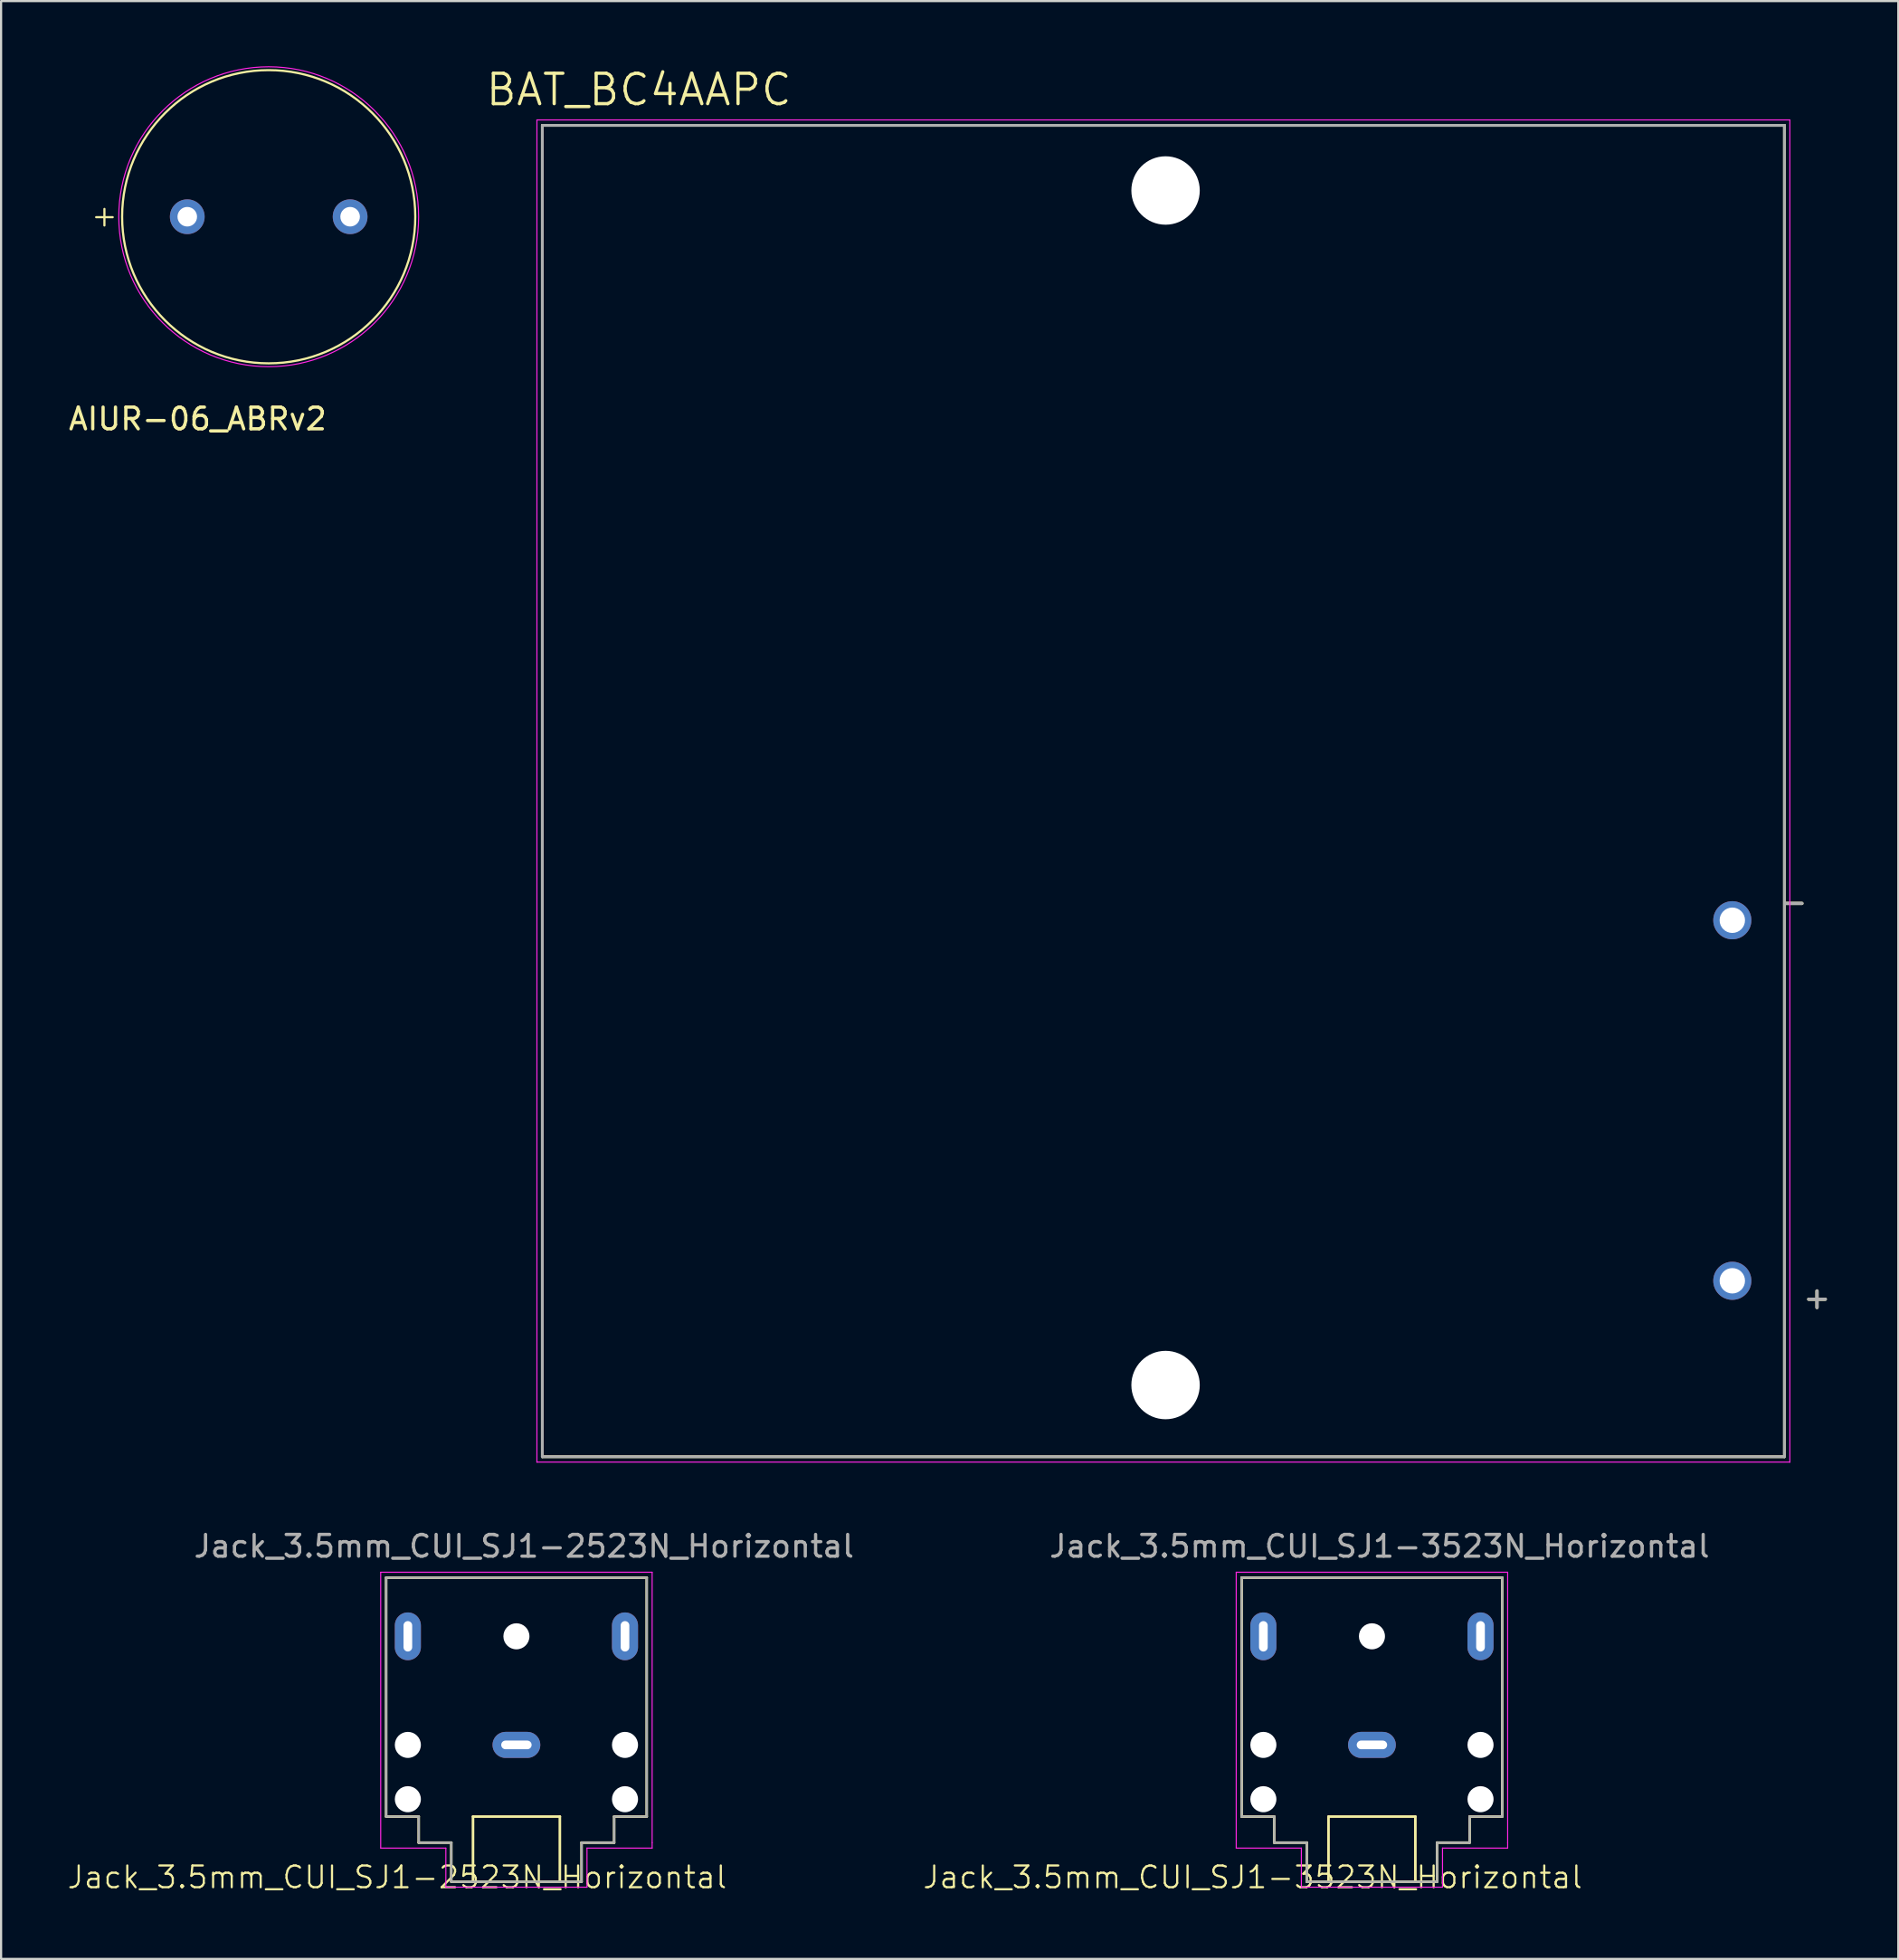
<source format=kicad_pcb>
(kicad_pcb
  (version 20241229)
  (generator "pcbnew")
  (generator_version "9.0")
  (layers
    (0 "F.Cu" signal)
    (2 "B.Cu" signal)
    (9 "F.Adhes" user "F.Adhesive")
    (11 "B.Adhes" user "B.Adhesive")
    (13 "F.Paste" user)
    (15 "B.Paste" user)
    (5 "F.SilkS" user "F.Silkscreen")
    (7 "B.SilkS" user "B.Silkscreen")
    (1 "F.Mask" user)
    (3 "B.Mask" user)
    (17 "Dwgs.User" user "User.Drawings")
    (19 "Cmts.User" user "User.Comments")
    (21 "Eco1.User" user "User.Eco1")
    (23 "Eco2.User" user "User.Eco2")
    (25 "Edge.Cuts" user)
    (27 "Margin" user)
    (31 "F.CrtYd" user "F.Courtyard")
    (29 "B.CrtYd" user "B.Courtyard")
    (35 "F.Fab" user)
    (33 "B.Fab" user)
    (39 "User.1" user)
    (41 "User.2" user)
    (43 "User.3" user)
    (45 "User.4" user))
  (footprint "Jack_3.5mm_CUI_SJ1-2523N_Horizontal"
    (layer "F.Cu")
    (at 20.828 77.288)
    (property "Reference" "Jack_3.5mm_CUI_SJ1-2523N_Horizontal" (at -5.588 6.096 0) (unlocked yes) (layer "F.SilkS") (effects (font (size 1 1) (thickness 0.1))))
    (attr smd)
    (fp_line (start -6.096 -7.698) (end 5.904 -7.698) (stroke (width 0.12) (type solid)) (layer "F.SilkS"))
    (fp_line (start -6.096 3.302) (end -6.096 -7.698) (stroke (width 0.12) (type solid)) (layer "F.SilkS"))
    (fp_line (start -4.596 3.302) (end -6.096 3.302) (stroke (width 0.12) (type solid)) (layer "F.SilkS"))
    (fp_line (start -4.596 4.502) (end -4.596 3.302) (stroke (width 0.12) (type solid)) (layer "F.SilkS"))
    (fp_line (start -3.096 4.502) (end -4.596 4.502) (stroke (width 0.12) (type solid)) (layer "F.SilkS"))
    (fp_line (start -3.096 6.302) (end -3.096 4.502) (stroke (width 0.12) (type solid)) (layer "F.SilkS"))
    (fp_line (start -2.096 3.302) (end -2.096 6.302) (stroke (width 0.12) (type solid)) (layer "F.SilkS"))
    (fp_line (start 1.904 3.302) (end -2.096 3.302) (stroke (width 0.12) (type solid)) (layer "F.SilkS"))
    (fp_line (start 1.904 6.302) (end 1.904 3.302) (stroke (width 0.12) (type solid)) (layer "F.SilkS"))
    (fp_line (start 2.904 4.502) (end 2.904 6.302) (stroke (width 0.12) (type solid)) (layer "F.SilkS"))
    (fp_line (start 2.904 6.302) (end -3.096 6.302) (stroke (width 0.12) (type solid)) (layer "F.SilkS"))
    (fp_line (start 4.404 3.302) (end 4.404 4.502) (stroke (width 0.12) (type solid)) (layer "F.SilkS"))
    (fp_line (start 4.404 4.502) (end 2.904 4.502) (stroke (width 0.12) (type solid)) (layer "F.SilkS"))
    (fp_line (start 5.904 -7.698) (end 5.904 3.302) (stroke (width 0.12) (type solid)) (layer "F.SilkS"))
    (fp_line (start 5.904 3.302) (end 4.404 3.302) (stroke (width 0.12) (type solid)) (layer "F.SilkS"))
    (fp_line (start -6.346 -7.948) (end -6.346 4.752) (stroke (width 0.05) (type solid)) (layer "F.CrtYd"))
    (fp_line (start -6.346 4.752) (end -3.346 4.752) (stroke (width 0.05) (type solid)) (layer "F.CrtYd"))
    (fp_line (start -3.346 4.752) (end -3.346 6.552) (stroke (width 0.05) (type solid)) (layer "F.CrtYd"))
    (fp_line (start -3.346 6.552) (end 3.154 6.552) (stroke (width 0.05) (type solid)) (layer "F.CrtYd"))
    (fp_line (start 3.154 4.752) (end 6.154 4.752) (stroke (width 0.05) (type solid)) (layer "F.CrtYd"))
    (fp_line (start 3.154 6.552) (end 3.154 4.752) (stroke (width 0.05) (type solid)) (layer "F.CrtYd"))
    (fp_line (start 6.154 -7.948) (end -6.346 -7.948) (stroke (width 0.05) (type solid)) (layer "F.CrtYd"))
    (fp_line (start 6.154 4.502) (end 6.154 -7.948) (stroke (width 0.05) (type solid)) (layer "F.CrtYd"))
    (fp_line (start 6.154 4.752) (end 6.154 4.502) (stroke (width 0.05) (type solid)) (layer "F.CrtYd"))
    (fp_line (start -6.096 -7.698) (end 5.904 -7.698) (stroke (width 0.1) (type solid)) (layer "F.Fab"))
    (fp_line (start -6.096 3.302) (end -6.096 -7.698) (stroke (width 0.1) (type solid)) (layer "F.Fab"))
    (fp_line (start -4.596 3.302) (end -6.096 3.302) (stroke (width 0.1) (type solid)) (layer "F.Fab"))
    (fp_line (start -4.596 4.502) (end -4.596 3.302) (stroke (width 0.1) (type solid)) (layer "F.Fab"))
    (fp_line (start -4.596 4.502) (end -3.096 4.502) (stroke (width 0.1) (type solid)) (layer "F.Fab"))
    (fp_line (start -3.096 4.502) (end -3.096 6.302) (stroke (width 0.1) (type solid)) (layer "F.Fab"))
    (fp_line (start -3.096 6.302) (end 2.904 6.302) (stroke (width 0.1) (type solid)) (layer "F.Fab"))
    (fp_line (start 2.904 4.502) (end 2.904 6.302) (stroke (width 0.1) (type solid)) (layer "F.Fab"))
    (fp_line (start 4.404 3.302) (end 5.904 3.302) (stroke (width 0.1) (type solid)) (layer "F.Fab"))
    (fp_line (start 4.404 4.502) (end 2.904 4.502) (stroke (width 0.1) (type solid)) (layer "F.Fab"))
    (fp_line (start 4.404 4.502) (end 4.404 3.302) (stroke (width 0.1) (type solid)) (layer "F.Fab"))
    (fp_line (start 5.904 3.302) (end 5.904 -7.698) (stroke (width 0.1) (type solid)) (layer "F.Fab"))
    (fp_text user "${REFERENCE}" (at 0.254 -9.144 0) (unlocked yes) (layer "F.Fab") (effects (font (size 1 1) (thickness 0.15))))
    (pad "" np_thru_hole circle (at -5.096 0.002) (size 1.2 1.2) (drill 1.2) (layers "*.Cu" "*.Mask"))
    (pad "" np_thru_hole circle (at -5.096 2.502) (size 1.2 1.2) (drill 1.2) (layers "*.Cu" "*.Mask"))
    (pad "" np_thru_hole circle (at -0.096 -4.998) (size 1.2 1.2) (drill 1.2) (layers "*.Cu" "*.Mask"))
    (pad "" np_thru_hole circle (at 4.904 0.002) (size 1.2 1.2) (drill 1.2) (layers "*.Cu" "*.Mask"))
    (pad "" np_thru_hole circle (at 4.904 2.502) (size 1.2 1.2) (drill 1.2) (layers "*.Cu" "*.Mask"))
    (pad "R" thru_hole oval (at -5.096 -4.998) (size 1.2 2.2) (drill oval 0.4 1.4) (layers "*.Cu" "*.Mask"))
    (pad "S" thru_hole oval (at -0.096 0.002) (size 2.2 1.2) (drill oval 1.4 0.4) (layers "*.Cu" "*.Mask"))
    (pad "T" thru_hole oval (at 4.904 -4.998 180) (size 1.2 2.2) (drill oval 0.4 1.4) (layers "*.Cu" "*.Mask")))
  (footprint "Jack_3.5mm_CUI_SJ1-3523N_Horizontal"
    (layer "F.Cu")
    (at 60.226 77.288)
    (property "Reference" "Jack_3.5mm_CUI_SJ1-3523N_Horizontal" (at -5.588 6.096 0) (unlocked yes) (layer "F.SilkS") (effects (font (size 1 1) (thickness 0.1))))
    (attr smd)
    (fp_line (start -6.096 -7.698) (end 5.904 -7.698) (stroke (width 0.12) (type solid)) (layer "F.SilkS"))
    (fp_line (start -6.096 3.302) (end -6.096 -7.698) (stroke (width 0.12) (type solid)) (layer "F.SilkS"))
    (fp_line (start -4.596 3.302) (end -6.096 3.302) (stroke (width 0.12) (type solid)) (layer "F.SilkS"))
    (fp_line (start -4.596 4.502) (end -4.596 3.302) (stroke (width 0.12) (type solid)) (layer "F.SilkS"))
    (fp_line (start -3.096 4.502) (end -4.596 4.502) (stroke (width 0.12) (type solid)) (layer "F.SilkS"))
    (fp_line (start -3.096 6.302) (end -3.096 4.502) (stroke (width 0.12) (type solid)) (layer "F.SilkS"))
    (fp_line (start -2.096 3.302) (end -2.096 6.302) (stroke (width 0.12) (type solid)) (layer "F.SilkS"))
    (fp_line (start 1.904 3.302) (end -2.096 3.302) (stroke (width 0.12) (type solid)) (layer "F.SilkS"))
    (fp_line (start 1.904 6.302) (end 1.904 3.302) (stroke (width 0.12) (type solid)) (layer "F.SilkS"))
    (fp_line (start 2.904 4.502) (end 2.904 6.302) (stroke (width 0.12) (type solid)) (layer "F.SilkS"))
    (fp_line (start 2.904 6.302) (end -3.096 6.302) (stroke (width 0.12) (type solid)) (layer "F.SilkS"))
    (fp_line (start 4.404 3.302) (end 4.404 4.502) (stroke (width 0.12) (type solid)) (layer "F.SilkS"))
    (fp_line (start 4.404 4.502) (end 2.904 4.502) (stroke (width 0.12) (type solid)) (layer "F.SilkS"))
    (fp_line (start 5.904 -7.698) (end 5.904 3.302) (stroke (width 0.12) (type solid)) (layer "F.SilkS"))
    (fp_line (start 5.904 3.302) (end 4.404 3.302) (stroke (width 0.12) (type solid)) (layer "F.SilkS"))
    (fp_line (start -6.346 -7.948) (end -6.346 4.752) (stroke (width 0.05) (type solid)) (layer "F.CrtYd"))
    (fp_line (start -6.346 4.752) (end -3.346 4.752) (stroke (width 0.05) (type solid)) (layer "F.CrtYd"))
    (fp_line (start -3.346 4.752) (end -3.346 6.552) (stroke (width 0.05) (type solid)) (layer "F.CrtYd"))
    (fp_line (start -3.346 6.552) (end 3.154 6.552) (stroke (width 0.05) (type solid)) (layer "F.CrtYd"))
    (fp_line (start 3.154 4.752) (end 6.154 4.752) (stroke (width 0.05) (type solid)) (layer "F.CrtYd"))
    (fp_line (start 3.154 6.552) (end 3.154 4.752) (stroke (width 0.05) (type solid)) (layer "F.CrtYd"))
    (fp_line (start 6.154 -7.948) (end -6.346 -7.948) (stroke (width 0.05) (type solid)) (layer "F.CrtYd"))
    (fp_line (start 6.154 4.502) (end 6.154 -7.948) (stroke (width 0.05) (type solid)) (layer "F.CrtYd"))
    (fp_line (start 6.154 4.752) (end 6.154 4.502) (stroke (width 0.05) (type solid)) (layer "F.CrtYd"))
    (fp_line (start -6.096 -7.698) (end 5.904 -7.698) (stroke (width 0.1) (type solid)) (layer "F.Fab"))
    (fp_line (start -6.096 3.302) (end -6.096 -7.698) (stroke (width 0.1) (type solid)) (layer "F.Fab"))
    (fp_line (start -4.596 3.302) (end -6.096 3.302) (stroke (width 0.1) (type solid)) (layer "F.Fab"))
    (fp_line (start -4.596 4.502) (end -4.596 3.302) (stroke (width 0.1) (type solid)) (layer "F.Fab"))
    (fp_line (start -4.596 4.502) (end -3.096 4.502) (stroke (width 0.1) (type solid)) (layer "F.Fab"))
    (fp_line (start -3.096 4.502) (end -3.096 6.302) (stroke (width 0.1) (type solid)) (layer "F.Fab"))
    (fp_line (start -3.096 6.302) (end 2.904 6.302) (stroke (width 0.1) (type solid)) (layer "F.Fab"))
    (fp_line (start 2.904 4.502) (end 2.904 6.302) (stroke (width 0.1) (type solid)) (layer "F.Fab"))
    (fp_line (start 4.404 3.302) (end 5.904 3.302) (stroke (width 0.1) (type solid)) (layer "F.Fab"))
    (fp_line (start 4.404 4.502) (end 2.904 4.502) (stroke (width 0.1) (type solid)) (layer "F.Fab"))
    (fp_line (start 4.404 4.502) (end 4.404 3.302) (stroke (width 0.1) (type solid)) (layer "F.Fab"))
    (fp_line (start 5.904 3.302) (end 5.904 -7.698) (stroke (width 0.1) (type solid)) (layer "F.Fab"))
    (fp_text user "${REFERENCE}" (at 0.254 -9.144 0) (unlocked yes) (layer "F.Fab") (effects (font (size 1 1) (thickness 0.15))))
    (pad "" np_thru_hole circle (at -5.096 0.002) (size 1.2 1.2) (drill 1.2) (layers "*.Cu" "*.Mask"))
    (pad "" np_thru_hole circle (at -5.096 2.502) (size 1.2 1.2) (drill 1.2) (layers "*.Cu" "*.Mask"))
    (pad "" np_thru_hole circle (at -0.096 -4.998) (size 1.2 1.2) (drill 1.2) (layers "*.Cu" "*.Mask"))
    (pad "" np_thru_hole circle (at 4.904 0.002) (size 1.2 1.2) (drill 1.2) (layers "*.Cu" "*.Mask"))
    (pad "" np_thru_hole circle (at 4.904 2.502) (size 1.2 1.2) (drill 1.2) (layers "*.Cu" "*.Mask"))
    (pad "R" thru_hole oval (at -5.096 -4.998) (size 1.2 2.2) (drill oval 0.4 1.4) (layers "*.Cu" "*.Mask"))
    (pad "S" thru_hole oval (at -0.096 0.002) (size 2.2 1.2) (drill oval 1.4 0.4) (layers "*.Cu" "*.Mask"))
    (pad "T" thru_hole oval (at 4.904 -4.998 180) (size 1.2 2.2) (drill oval 0.4 1.4) (layers "*.Cu" "*.Mask")))
  (footprint "BAT_BC4AAPC"
    (layer "F.Cu")
    (at 50.526 33.371)
    (property "Reference" "BAT_BC4AAPC" (at -24.155 -32.289 0) (layer "F.SilkS") (effects (font (size 1.4 1.4) (thickness 0.15))))
    (attr through_hole)
    (fp_line (start -28.6 -30.65) (end -28.6 30.65) (stroke (width 0.127) (type solid)) (layer "F.SilkS"))
    (fp_line (start -28.6 -30.65) (end 28.6 -30.65) (stroke (width 0.127) (type solid)) (layer "F.SilkS"))
    (fp_line (start -28.6 30.65) (end 28.6 30.65) (stroke (width 0.127) (type solid)) (layer "F.SilkS"))
    (fp_line (start 28.6 30.65) (end 28.6 -30.65) (stroke (width 0.127) (type solid)) (layer "F.SilkS"))
    (fp_line (start -28.85 -30.9) (end -28.85 30.9) (stroke (width 0.05) (type solid)) (layer "F.CrtYd"))
    (fp_line (start -28.85 30.9) (end 28.85 30.9) (stroke (width 0.05) (type solid)) (layer "F.CrtYd"))
    (fp_line (start 28.85 -30.9) (end -28.85 -30.9) (stroke (width 0.05) (type solid)) (layer "F.CrtYd"))
    (fp_line (start 28.85 30.9) (end 28.85 -30.9) (stroke (width 0.05) (type solid)) (layer "F.CrtYd"))
    (fp_line (start -28.6 -30.65) (end 28.6 -30.65) (stroke (width 0.127) (type solid)) (layer "F.Fab"))
    (fp_line (start -28.6 30.65) (end -28.6 -30.65) (stroke (width 0.127) (type solid)) (layer "F.Fab"))
    (fp_line (start 28.6 -30.65) (end 28.6 30.65) (stroke (width 0.127) (type solid)) (layer "F.Fab"))
    (fp_line (start 28.6 30.65) (end -28.6 30.65) (stroke (width 0.127) (type solid)) (layer "F.Fab"))
    (fp_text user "+" (at 30.1 23.325 0) (layer "F.SilkS") (effects (font (size 1 1) (thickness 0.15))))
    (fp_text user "-" (at 29.025 5.1 0) (layer "F.SilkS") (effects (font (size 1 1) (thickness 0.15))))
    (fp_text user "+" (at 30.1 23.325 0) (layer "F.Fab") (effects (font (size 1 1) (thickness 0.15))))
    (fp_text user "-" (at 29.025 5.1 0) (layer "F.Fab") (effects (font (size 1 1) (thickness 0.15))))
    (pad "" np_thru_hole circle (at 0.1 -27.65) (size 3.15 3.15) (drill 3.15) (layers "*.Cu" "*.Mask"))
    (pad "" np_thru_hole circle (at 0.1 27.35) (size 3.15 3.15) (drill 3.15) (layers "*.Cu" "*.Mask"))
    (pad "1" thru_hole circle (at 26.2 22.55) (size 1.755 1.755) (drill 1.17) (layers "*.Cu" "*.Mask"))
    (pad "2" thru_hole circle (at 26.2 5.95) (size 1.755 1.755) (drill 1.17) (layers "*.Cu" "*.Mask")))
  (footprint "AIUR-06_ABRv2"
    (layer "F.Cu")
    (at 9.324 6.929)
    (property "Reference" "AIUR-06_ABRv2" (at -3.27 9.31 0) (unlocked yes) (layer "F.SilkS") (effects (font (size 1 1) (thickness 0.15))))
    (attr through_hole)
    (fp_circle (center 0 0) (end 0 6.75) (stroke (width 0.1) (type default)) (fill no) (layer "F.SilkS"))
    (fp_circle (center 0 0) (end 2.09 6.58) (stroke (width 0.05) (type default)) (fill no) (layer "F.CrtYd"))
    (fp_text user "+" (at -8.25 0.53 0) (unlocked yes) (layer "F.SilkS") (effects (font (size 1 1) (thickness 0.1)) (justify left bottom)))
    (pad "1" thru_hole circle (at -3.75 0) (size 1.6 1.6) (drill 0.9) (layers "*.Cu" "*.Mask" "Eco1.User"))
    (pad "2" thru_hole circle (at 3.75 0) (size 1.6 1.6) (drill 0.9) (layers "*.Cu" "*.Mask")))
  (gr_rect
    (start -3 -3)
    (end 84.37 87.145)
    (stroke (width 0.1) (type default))
    (fill no)
    (layer "Edge.Cuts")))
</source>
